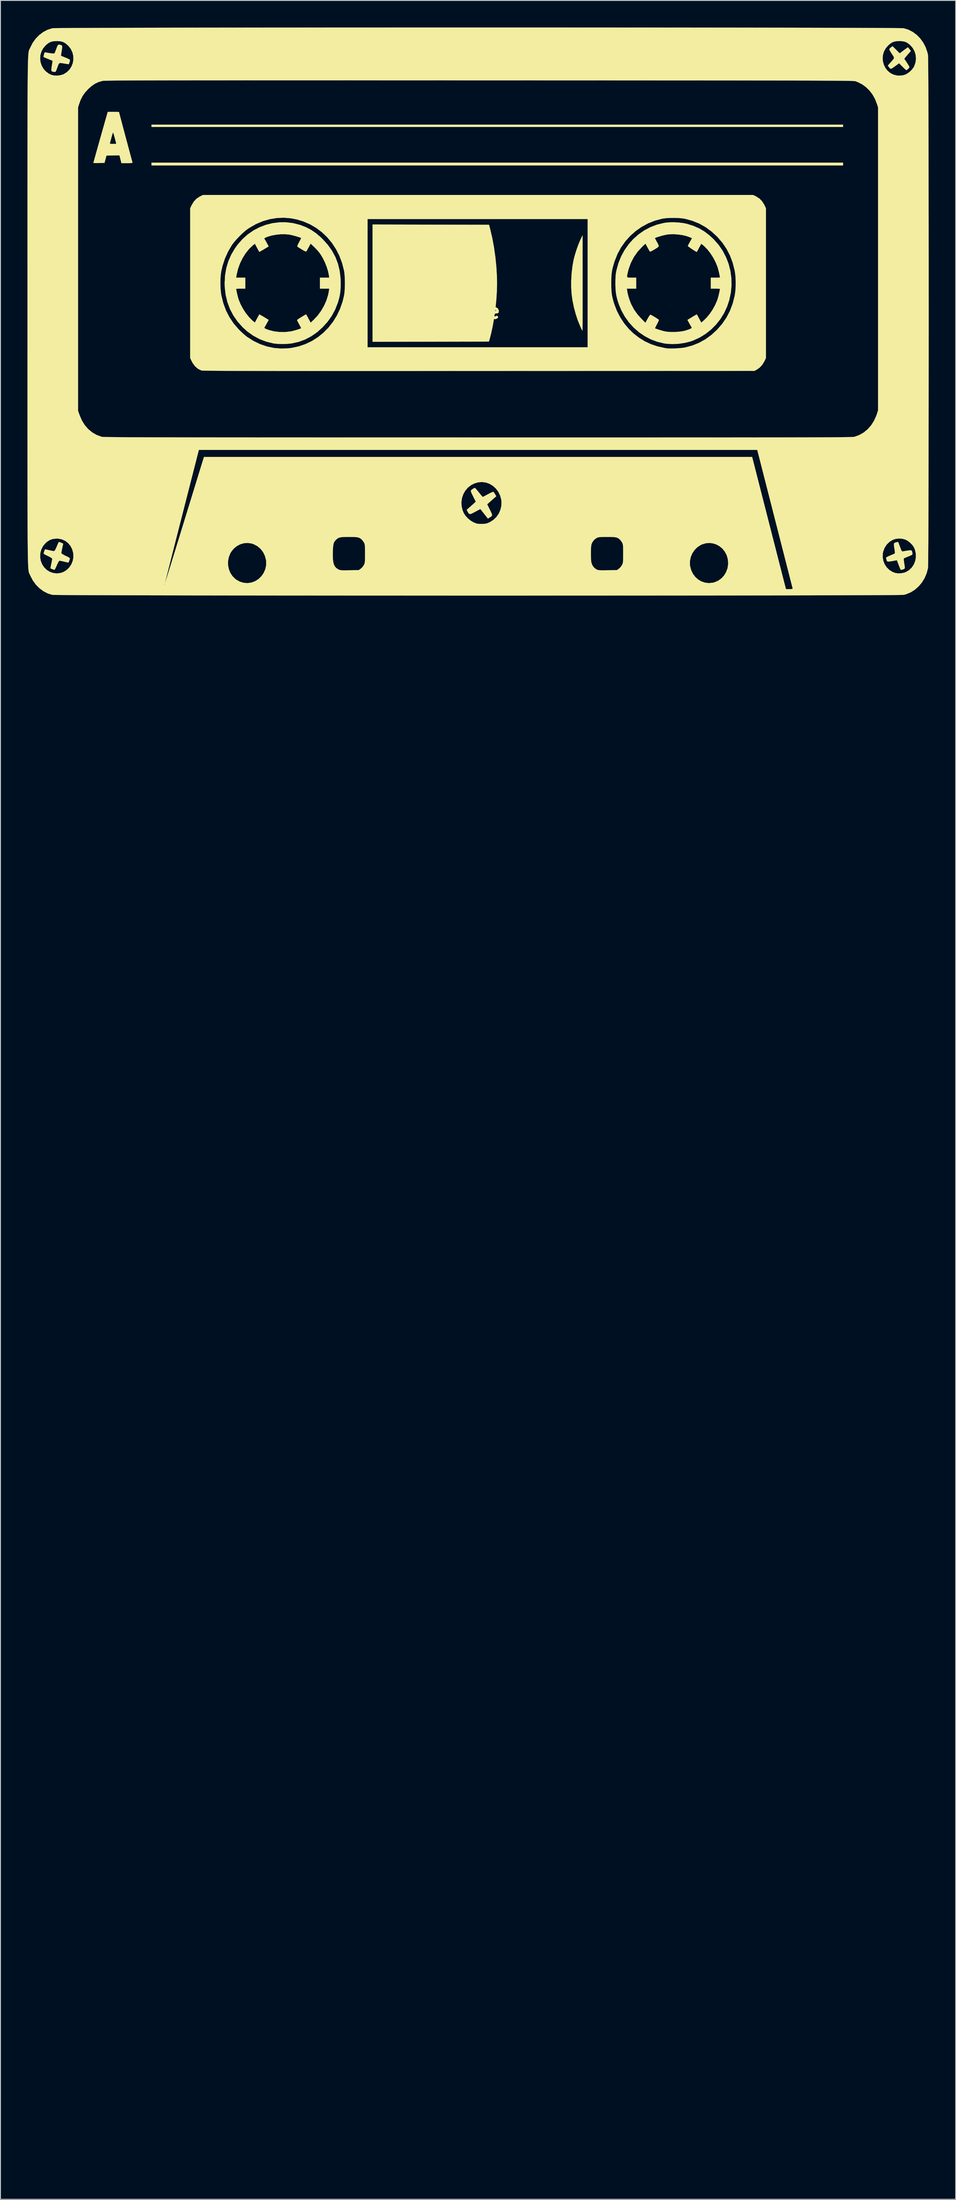
<source format=kicad_pcb>
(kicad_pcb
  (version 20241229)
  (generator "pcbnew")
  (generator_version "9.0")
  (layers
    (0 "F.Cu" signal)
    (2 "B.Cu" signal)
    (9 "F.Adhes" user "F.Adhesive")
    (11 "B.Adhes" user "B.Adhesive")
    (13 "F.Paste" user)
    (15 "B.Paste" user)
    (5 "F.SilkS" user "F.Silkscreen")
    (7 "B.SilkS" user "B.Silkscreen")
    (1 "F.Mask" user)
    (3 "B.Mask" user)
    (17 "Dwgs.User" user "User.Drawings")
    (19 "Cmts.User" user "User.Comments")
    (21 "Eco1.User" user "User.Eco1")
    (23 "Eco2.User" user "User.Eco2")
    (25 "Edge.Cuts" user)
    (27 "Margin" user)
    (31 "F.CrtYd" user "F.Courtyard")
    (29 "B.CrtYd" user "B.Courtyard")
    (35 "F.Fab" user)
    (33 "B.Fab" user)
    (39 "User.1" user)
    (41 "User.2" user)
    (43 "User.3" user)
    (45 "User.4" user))
  (footprint "tape"
    (layer "F.Cu")
    (at 50.873 238.102)
    (property "Reference" "tape" (at -0.78 -206.53 0) (layer "F.SilkS") (effects (font (size 1.524 1.524) (thickness 0.3))))
    (attr through_hole)
    (fp_poly (pts (xy 39.84 -227.043) (xy -37.073 -227.043) (xy -37.073 -227.298) (xy 39.84 -227.298) (xy 39.84 -227.043)) (stroke (width 0.01) (type solid)) (fill yes) (layer "F.SilkS"))
    (fp_poly (pts (xy 39.84 -222.768) (xy -37.073 -222.768) (xy -37.073 -223.073) (xy 39.84 -223.073) (xy 39.84 -222.768)) (stroke (width 0.01) (type solid)) (fill yes) (layer "F.SilkS"))
    (fp_poly (pts (xy -6.01 -216.189) (xy 0.467 -216.176) (xy 0.582 -215.743) (xy 0.818 -214.743) (xy 1.016 -213.678) (xy 1.172 -212.575) (xy 1.284 -211.467) (xy 1.346 -210.382) (xy 1.358 -209.686) (xy 1.336 -208.76) (xy 1.274 -207.791) (xy 1.173 -206.807) (xy 1.038 -205.832) (xy 0.873 -204.893) (xy 0.679 -204.015) (xy 0.579 -203.629) (xy 0.46 -203.196) (xy -6.014 -203.183) (xy -12.487 -203.17) (xy -12.487 -216.202) (xy -6.01 -216.189)) (stroke (width 0.01) (type solid)) (fill yes) (layer "F.SilkS"))
    (fp_poly (pts (xy 10.872 -209.699) (xy 10.873 -208.973) (xy 10.873 -208.277) (xy 10.872 -207.616) (xy 10.872 -206.999) (xy 10.871 -206.43) (xy 10.87 -205.918) (xy 10.868 -205.468) (xy 10.867 -205.088) (xy 10.865 -204.783) (xy 10.863 -204.562) (xy 10.861 -204.429) (xy 10.858 -204.392) (xy 10.831 -204.435) (xy 10.771 -204.551) (xy 10.689 -204.72) (xy 10.627 -204.851) (xy 10.357 -205.503) (xy 10.116 -206.223) (xy 9.912 -206.981) (xy 9.754 -207.745) (xy 9.658 -208.424) (xy 9.607 -209.169) (xy 9.606 -209.967) (xy 9.654 -210.784) (xy 9.748 -211.585) (xy 9.864 -212.229) (xy 9.958 -212.612) (xy 10.082 -213.043) (xy 10.228 -213.49) (xy 10.383 -213.923) (xy 10.538 -214.31) (xy 10.645 -214.547) (xy 10.868 -215.005) (xy 10.872 -209.699)) (stroke (width 0.01) (type solid)) (fill yes) (layer "F.SilkS"))
    (fp_poly (pts (xy 45.743 -235.622) (xy 46.142 -235.225) (xy 46.439 -235.451) (xy 46.614 -235.582) (xy 46.78 -235.705) (xy 46.898 -235.789) (xy 47.059 -235.901) (xy 47.383 -235.491) (xy 47.137 -235.209) (xy 46.994 -235.044) (xy 46.86 -234.888) (xy 46.768 -234.776) (xy 46.646 -234.626) (xy 46.933 -234.195) (xy 47.054 -234.006) (xy 47.15 -233.844) (xy 47.208 -233.73) (xy 47.22 -233.691) (xy 47.184 -233.62) (xy 47.098 -233.521) (xy 46.993 -233.425) (xy 46.901 -233.364) (xy 46.872 -233.355) (xy 46.824 -233.389) (xy 46.721 -233.481) (xy 46.58 -233.615) (xy 46.455 -233.738) (xy 46.072 -234.121) (xy 45.619 -233.791) (xy 45.411 -233.641) (xy 45.265 -233.55) (xy 45.163 -233.514) (xy 45.084 -233.533) (xy 45.009 -233.605) (xy 44.923 -233.721) (xy 44.819 -233.868) (xy 45.116 -234.201) (xy 45.298 -234.404) (xy 45.421 -234.55) (xy 45.487 -234.66) (xy 45.5 -234.756) (xy 45.464 -234.86) (xy 45.381 -234.994) (xy 45.268 -235.163) (xy 45.147 -235.352) (xy 45.051 -235.514) (xy 44.993 -235.629) (xy 44.981 -235.668) (xy 45.018 -235.742) (xy 45.113 -235.841) (xy 45.162 -235.881) (xy 45.343 -236.019) (xy 45.743 -235.622)) (stroke (width 0.01) (type solid)) (fill yes) (layer "F.SilkS"))
    (fp_poly (pts (xy -1.055 -186.895) (xy -0.961 -186.792) (xy -0.831 -186.638) (xy -0.678 -186.45) (xy -0.657 -186.422) (xy -0.503 -186.232) (xy -0.371 -186.076) (xy -0.274 -185.969) (xy -0.225 -185.926) (xy -0.223 -185.926) (xy -0.168 -185.955) (xy -0.043 -186.022) (xy 0.135 -186.117) (xy 0.347 -186.232) (xy 0.354 -186.236) (xy 0.568 -186.347) (xy 0.752 -186.434) (xy 0.885 -186.488) (xy 0.949 -186.501) (xy 0.95 -186.5) (xy 1.003 -186.441) (xy 1.083 -186.324) (xy 1.137 -186.237) (xy 1.273 -186.005) (xy 0.972 -185.743) (xy 0.792 -185.586) (xy 0.61 -185.424) (xy 0.467 -185.294) (xy 0.263 -185.107) (xy 0.559 -184.512) (xy 0.686 -184.254) (xy 0.766 -184.068) (xy 0.8 -183.937) (xy 0.785 -183.841) (xy 0.721 -183.763) (xy 0.606 -183.684) (xy 0.509 -183.626) (xy 0.337 -183.524) (xy -0.08 -184.055) (xy -0.498 -184.586) (xy -1.075 -184.278) (xy -1.328 -184.145) (xy -1.509 -184.06) (xy -1.636 -184.025) (xy -1.728 -184.041) (xy -1.801 -184.107) (xy -1.875 -184.224) (xy -1.923 -184.312) (xy -2.022 -184.498) (xy -1.719 -184.761) (xy -1.539 -184.919) (xy -1.357 -185.081) (xy -1.213 -185.211) (xy -1.213 -185.212) (xy -1.009 -185.399) (xy -1.304 -185.994) (xy -1.424 -186.237) (xy -1.503 -186.406) (xy -1.546 -186.518) (xy -1.559 -186.591) (xy -1.545 -186.641) (xy -1.511 -186.686) (xy -1.508 -186.689) (xy -1.403 -186.78) (xy -1.27 -186.866) (xy -1.148 -186.923) (xy -1.101 -186.933) (xy -1.055 -186.895)) (stroke (width 0.01) (type solid)) (fill yes) (layer "F.SilkS"))
    (fp_poly (pts (xy -47.233 -236.175) (xy -47.159 -236.15) (xy -47.081 -236.118) (xy -47.031 -236.076) (xy -47.007 -236.005) (xy -47.007 -235.889) (xy -47.028 -235.709) (xy -47.068 -235.448) (xy -47.073 -235.419) (xy -47.105 -235.217) (xy -47.127 -235.059) (xy -47.137 -234.967) (xy -47.137 -234.953) (xy -47.088 -234.931) (xy -46.965 -234.88) (xy -46.79 -234.808) (xy -46.655 -234.754) (xy -46.452 -234.67) (xy -46.286 -234.594) (xy -46.18 -234.537) (xy -46.153 -234.516) (xy -46.146 -234.44) (xy -46.167 -234.315) (xy -46.207 -234.178) (xy -46.254 -234.067) (xy -46.297 -234.017) (xy -46.299 -234.017) (xy -46.369 -234.025) (xy -46.514 -234.047) (xy -46.71 -234.079) (xy -46.833 -234.099) (xy -47.048 -234.137) (xy -47.196 -234.154) (xy -47.297 -234.139) (xy -47.369 -234.077) (xy -47.432 -233.956) (xy -47.504 -233.762) (xy -47.563 -233.597) (xy -47.641 -233.387) (xy -47.699 -233.256) (xy -47.749 -233.186) (xy -47.803 -233.158) (xy -47.858 -233.155) (xy -48.01 -233.176) (xy -48.106 -233.204) (xy -48.165 -233.236) (xy -48.201 -233.287) (xy -48.214 -233.373) (xy -48.207 -233.511) (xy -48.179 -233.72) (xy -48.144 -233.937) (xy -48.113 -234.138) (xy -48.09 -234.295) (xy -48.081 -234.386) (xy -48.081 -234.399) (xy -48.13 -234.42) (xy -48.253 -234.47) (xy -48.43 -234.543) (xy -48.577 -234.602) (xy -48.78 -234.686) (xy -48.945 -234.754) (xy -49.051 -234.799) (xy -49.079 -234.813) (xy -49.078 -234.865) (xy -49.057 -234.985) (xy -49.034 -235.088) (xy -48.994 -235.24) (xy -48.954 -235.314) (xy -48.898 -235.333) (xy -48.838 -235.325) (xy -48.527 -235.269) (xy -48.259 -235.23) (xy -48.05 -235.208) (xy -47.914 -235.206) (xy -47.869 -235.218) (xy -47.835 -235.283) (xy -47.777 -235.421) (xy -47.704 -235.609) (xy -47.657 -235.735) (xy -47.571 -235.963) (xy -47.501 -236.107) (xy -47.432 -236.182) (xy -47.348 -236.2) (xy -47.233 -236.175)) (stroke (width 0.01) (type solid)) (fill yes) (layer "F.SilkS"))
    (fp_poly (pts (xy -41.074 -228.722) (xy -40.877 -228.717) (xy -40.742 -228.71) (xy -40.687 -228.702) (xy -40.687 -228.701) (xy -40.674 -228.649) (xy -40.638 -228.51) (xy -40.581 -228.293) (xy -40.506 -228.011) (xy -40.416 -227.673) (xy -40.314 -227.29) (xy -40.203 -226.873) (xy -40.086 -226.432) (xy -39.965 -225.979) (xy -39.843 -225.524) (xy -39.723 -225.077) (xy -39.609 -224.65) (xy -39.502 -224.253) (xy -39.406 -223.897) (xy -39.324 -223.592) (xy -39.258 -223.349) (xy -39.212 -223.18) (xy -39.188 -223.093) (xy -39.186 -223.086) (xy -39.2 -223.058) (xy -39.275 -223.039) (xy -39.421 -223.028) (xy -39.652 -223.023) (xy -39.792 -223.022) (xy -40.42 -223.022) (xy -40.48 -223.264) (xy -40.529 -223.458) (xy -40.577 -223.648) (xy -40.59 -223.698) (xy -40.641 -223.89) (xy -41.361 -223.876) (xy -42.081 -223.862) (xy -42.19 -223.455) (xy -42.3 -223.048) (xy -42.919 -223.033) (xy -43.156 -223.03) (xy -43.351 -223.031) (xy -43.485 -223.037) (xy -43.537 -223.046) (xy -43.538 -223.047) (xy -43.524 -223.102) (xy -43.486 -223.244) (xy -43.426 -223.464) (xy -43.346 -223.75) (xy -43.251 -224.092) (xy -43.142 -224.481) (xy -43.023 -224.905) (xy -42.936 -225.216) (xy -41.697 -225.216) (xy -41.676 -225.181) (xy -41.603 -225.165) (xy -41.458 -225.16) (xy -41.349 -225.16) (xy -41.159 -225.163) (xy -41.051 -225.174) (xy -41.006 -225.199) (xy -41.004 -225.243) (xy -41.006 -225.249) (xy -41.028 -225.333) (xy -41.071 -225.491) (xy -41.126 -225.699) (xy -41.176 -225.885) (xy -41.237 -226.104) (xy -41.29 -226.282) (xy -41.33 -226.397) (xy -41.35 -226.433) (xy -41.374 -226.384) (xy -41.42 -226.245) (xy -41.486 -226.021) (xy -41.569 -225.721) (xy -41.667 -225.352) (xy -41.687 -225.275) (xy -41.697 -225.216) (xy -42.936 -225.216) (xy -42.897 -225.354) (xy -42.766 -225.817) (xy -42.634 -226.285) (xy -42.503 -226.747) (xy -42.376 -227.192) (xy -42.285 -227.514) (xy -41.939 -228.723) (xy -41.313 -228.723) (xy -41.074 -228.722)) (stroke (width 0.01) (type solid)) (fill yes) (layer "F.SilkS"))
    (fp_poly (pts (xy -47.312 -180.909) (xy -47.193 -180.868) (xy -47.061 -180.815) (xy -46.952 -180.766) (xy -46.899 -180.733) (xy -46.898 -180.731) (xy -46.909 -180.669) (xy -46.937 -180.533) (xy -46.977 -180.345) (xy -47 -180.242) (xy -47.045 -180.03) (xy -47.079 -179.848) (xy -47.098 -179.726) (xy -47.101 -179.698) (xy -47.063 -179.635) (xy -46.945 -179.551) (xy -46.74 -179.44) (xy -46.613 -179.379) (xy -46.396 -179.274) (xy -46.257 -179.198) (xy -46.181 -179.142) (xy -46.152 -179.092) (xy -46.157 -179.037) (xy -46.158 -179.032) (xy -46.216 -178.853) (xy -46.273 -178.714) (xy -46.319 -178.642) (xy -46.331 -178.636) (xy -46.392 -178.647) (xy -46.526 -178.677) (xy -46.71 -178.72) (xy -46.786 -178.738) (xy -46.99 -178.785) (xy -47.164 -178.82) (xy -47.277 -178.838) (xy -47.296 -178.839) (xy -47.355 -178.804) (xy -47.431 -178.692) (xy -47.53 -178.496) (xy -47.605 -178.33) (xy -47.697 -178.125) (xy -47.776 -177.96) (xy -47.834 -177.854) (xy -47.858 -177.825) (xy -47.922 -177.843) (xy -48.043 -177.885) (xy -48.089 -177.902) (xy -48.218 -177.951) (xy -48.297 -177.987) (xy -48.307 -177.993) (xy -48.305 -178.047) (xy -48.283 -178.178) (xy -48.247 -178.362) (xy -48.222 -178.476) (xy -48.176 -178.691) (xy -48.141 -178.878) (xy -48.121 -179.007) (xy -48.119 -179.039) (xy -48.143 -179.098) (xy -48.224 -179.167) (xy -48.375 -179.255) (xy -48.606 -179.369) (xy -48.823 -179.474) (xy -48.962 -179.549) (xy -49.039 -179.606) (xy -49.067 -179.656) (xy -49.062 -179.711) (xy -49.061 -179.716) (xy -49.015 -179.861) (xy -48.964 -179.996) (xy -48.922 -180.089) (xy -48.903 -180.112) (xy -48.85 -180.101) (xy -48.72 -180.072) (xy -48.539 -180.031) (xy -48.45 -180.01) (xy -48.241 -179.964) (xy -48.063 -179.929) (xy -47.944 -179.91) (xy -47.921 -179.908) (xy -47.865 -179.937) (xy -47.797 -180.029) (xy -47.71 -180.197) (xy -47.612 -180.417) (xy -47.523 -180.623) (xy -47.45 -180.789) (xy -47.401 -180.896) (xy -47.384 -180.926) (xy -47.312 -180.909)) (stroke (width 0.01) (type solid)) (fill yes) (layer "F.SilkS"))
    (fp_poly (pts (xy 45.966 -180.921) (xy 45.989 -180.868) (xy 46.039 -180.74) (xy 46.109 -180.556) (xy 46.176 -180.376) (xy 46.264 -180.144) (xy 46.328 -179.994) (xy 46.378 -179.909) (xy 46.424 -179.875) (xy 46.474 -179.875) (xy 46.477 -179.876) (xy 46.576 -179.895) (xy 46.744 -179.924) (xy 46.949 -179.956) (xy 47.008 -179.965) (xy 47.231 -179.996) (xy 47.375 -180.001) (xy 47.461 -179.969) (xy 47.51 -179.892) (xy 47.542 -179.759) (xy 47.551 -179.713) (xy 47.565 -179.625) (xy 47.559 -179.56) (xy 47.517 -179.506) (xy 47.425 -179.45) (xy 47.267 -179.381) (xy 47.042 -179.291) (xy 46.853 -179.214) (xy 46.702 -179.149) (xy 46.612 -179.106) (xy 46.599 -179.098) (xy 46.59 -179.037) (xy 46.598 -178.901) (xy 46.621 -178.713) (xy 46.637 -178.61) (xy 46.679 -178.341) (xy 46.703 -178.156) (xy 46.704 -178.036) (xy 46.679 -177.963) (xy 46.627 -177.92) (xy 46.543 -177.889) (xy 46.515 -177.88) (xy 46.379 -177.843) (xy 46.286 -177.823) (xy 46.273 -177.822) (xy 46.238 -177.867) (xy 46.179 -177.988) (xy 46.104 -178.168) (xy 46.032 -178.356) (xy 45.953 -178.569) (xy 45.888 -178.742) (xy 45.844 -178.855) (xy 45.828 -178.89) (xy 45.778 -178.882) (xy 45.651 -178.86) (xy 45.471 -178.829) (xy 45.388 -178.814) (xy 45.123 -178.769) (xy 44.941 -178.745) (xy 44.823 -178.745) (xy 44.752 -178.772) (xy 44.71 -178.83) (xy 44.68 -178.92) (xy 44.678 -178.928) (xy 44.643 -179.066) (xy 44.625 -179.164) (xy 44.625 -179.176) (xy 44.669 -179.218) (xy 44.788 -179.286) (xy 44.961 -179.369) (xy 45.095 -179.427) (xy 45.298 -179.511) (xy 45.464 -179.584) (xy 45.572 -179.634) (xy 45.6 -179.65) (xy 45.608 -179.71) (xy 45.599 -179.846) (xy 45.576 -180.031) (xy 45.563 -180.112) (xy 45.519 -180.387) (xy 45.495 -180.579) (xy 45.496 -180.705) (xy 45.524 -180.783) (xy 45.583 -180.83) (xy 45.677 -180.864) (xy 45.72 -180.876) (xy 45.859 -180.91) (xy 45.949 -180.924) (xy 45.966 -180.921)) (stroke (width 0.01) (type solid)) (fill yes) (layer "F.SilkS"))
    (fp_poly (pts (xy -21.331 -216.356) (xy -20.574 -216.165) (xy -20.543 -216.155) (xy -19.913 -215.913) (xy -19.335 -215.614) (xy -18.789 -215.244) (xy -18.256 -214.792) (xy -18.01 -214.552) (xy -17.449 -213.925) (xy -16.985 -213.266) (xy -16.614 -212.573) (xy -16.336 -211.841) (xy -16.148 -211.066) (xy -16.048 -210.243) (xy -16.03 -209.686) (xy -16.039 -209.19) (xy -16.069 -208.763) (xy -16.125 -208.371) (xy -16.212 -207.983) (xy -16.334 -207.566) (xy -16.357 -207.493) (xy -16.651 -206.744) (xy -17.026 -206.048) (xy -17.489 -205.397) (xy -18.031 -204.795) (xy -18.643 -204.246) (xy -19.287 -203.794) (xy -19.965 -203.435) (xy -20.682 -203.17) (xy -21.44 -202.996) (xy -21.463 -202.992) (xy -21.826 -202.95) (xy -22.242 -202.927) (xy -22.675 -202.925) (xy -23.09 -202.943) (xy -23.45 -202.981) (xy -23.537 -202.995) (xy -24.318 -203.187) (xy -25.061 -203.473) (xy -25.762 -203.851) (xy -26.418 -204.319) (xy -26.946 -204.796) (xy -27.502 -205.422) (xy -27.969 -206.095) (xy -28.346 -206.815) (xy -28.631 -207.577) (xy -28.824 -208.379) (xy -28.923 -209.218) (xy -28.937 -209.711) (xy -28.904 -210.297) (xy -27.657 -210.297) (xy -26.638 -210.297) (xy -26.638 -209.075) (xy -27.147 -209.075) (xy -27.361 -209.073) (xy -27.53 -209.068) (xy -27.634 -209.061) (xy -27.656 -209.055) (xy -27.644 -208.949) (xy -27.61 -208.773) (xy -27.562 -208.553) (xy -27.506 -208.318) (xy -27.448 -208.095) (xy -27.395 -207.911) (xy -27.38 -207.864) (xy -27.178 -207.368) (xy -26.914 -206.867) (xy -26.605 -206.387) (xy -26.266 -205.954) (xy -25.915 -205.591) (xy -25.842 -205.527) (xy -25.58 -205.305) (xy -25.34 -205.752) (xy -25.237 -205.942) (xy -25.153 -206.095) (xy -25.1 -206.191) (xy -25.086 -206.214) (xy -25.041 -206.194) (xy -24.926 -206.132) (xy -24.759 -206.036) (xy -24.557 -205.916) (xy -24.041 -205.603) (xy -24.253 -205.214) (xy -24.355 -205.03) (xy -24.442 -204.878) (xy -24.5 -204.781) (xy -24.512 -204.764) (xy -24.512 -204.706) (xy -24.425 -204.638) (xy -24.247 -204.557) (xy -23.999 -204.47) (xy -23.444 -204.331) (xy -22.843 -204.258) (xy -22.23 -204.251) (xy -21.639 -204.315) (xy -21.635 -204.315) (xy -21.447 -204.354) (xy -21.223 -204.41) (xy -20.989 -204.476) (xy -20.768 -204.543) (xy -20.586 -204.606) (xy -20.466 -204.656) (xy -20.436 -204.674) (xy -20.451 -204.723) (xy -20.506 -204.84) (xy -20.592 -205.005) (xy -20.652 -205.119) (xy -20.753 -205.306) (xy -20.832 -205.459) (xy -20.878 -205.557) (xy -20.886 -205.579) (xy -20.845 -205.623) (xy -20.729 -205.707) (xy -20.556 -205.821) (xy -20.338 -205.957) (xy -20.115 -206.09) (xy -19.878 -206.229) (xy -19.626 -205.764) (xy -19.373 -205.298) (xy -19.027 -205.622) (xy -18.597 -206.08) (xy -18.211 -206.606) (xy -17.88 -207.179) (xy -17.615 -207.778) (xy -17.427 -208.381) (xy -17.344 -208.82) (xy -17.31 -209.075) (xy -18.341 -209.075) (xy -18.341 -210.297) (xy -17.31 -210.297) (xy -17.344 -210.552) (xy -17.434 -211.001) (xy -17.585 -211.49) (xy -17.784 -211.989) (xy -18.018 -212.466) (xy -18.275 -212.892) (xy -18.388 -213.05) (xy -18.548 -213.245) (xy -18.748 -213.467) (xy -18.952 -213.676) (xy -19.008 -213.731) (xy -19.374 -214.075) (xy -19.592 -213.675) (xy -19.695 -213.489) (xy -19.782 -213.333) (xy -19.84 -213.233) (xy -19.852 -213.213) (xy -19.901 -213.2) (xy -20.007 -213.237) (xy -20.179 -213.327) (xy -20.345 -213.425) (xy -20.538 -213.544) (xy -20.701 -213.648) (xy -20.812 -213.722) (xy -20.847 -213.75) (xy -20.851 -213.821) (xy -20.797 -213.97) (xy -20.682 -214.198) (xy -20.663 -214.233) (xy -20.563 -214.421) (xy -20.483 -214.573) (xy -20.436 -214.67) (xy -20.428 -214.692) (xy -20.474 -214.724) (xy -20.599 -214.773) (xy -20.781 -214.833) (xy -21 -214.899) (xy -21.235 -214.964) (xy -21.466 -215.022) (xy -21.672 -215.067) (xy -21.767 -215.084) (xy -22.22 -215.126) (xy -22.718 -215.119) (xy -23.227 -215.068) (xy -23.718 -214.976) (xy -24.158 -214.847) (xy -24.33 -214.778) (xy -24.471 -214.706) (xy -24.524 -214.649) (xy -24.514 -214.611) (xy -24.469 -214.539) (xy -24.389 -214.402) (xy -24.29 -214.226) (xy -24.253 -214.158) (xy -24.041 -213.768) (xy -24.559 -213.458) (xy -24.761 -213.338) (xy -24.928 -213.242) (xy -25.042 -213.18) (xy -25.087 -213.16) (xy -25.087 -213.16) (xy -25.113 -213.207) (xy -25.177 -213.324) (xy -25.268 -213.492) (xy -25.337 -213.619) (xy -25.578 -214.065) (xy -25.765 -213.916) (xy -26.199 -213.509) (xy -26.595 -213.022) (xy -26.943 -212.47) (xy -27.235 -211.872) (xy -27.46 -211.242) (xy -27.61 -210.599) (xy -27.624 -210.513) (xy -27.657 -210.297) (xy -28.904 -210.297) (xy -28.89 -210.562) (xy -28.751 -211.369) (xy -28.521 -212.137) (xy -28.195 -212.872) (xy -27.774 -213.578) (xy -27.477 -213.988) (xy -26.954 -214.583) (xy -26.371 -215.101) (xy -25.737 -215.54) (xy -25.061 -215.896) (xy -24.351 -216.168) (xy -23.614 -216.353) (xy -22.86 -216.447) (xy -22.096 -216.449) (xy -21.331 -216.356)) (stroke (width 0.01) (type solid)) (fill yes) (layer "F.SilkS"))
    (fp_poly (pts (xy 30.176 -219.319) (xy 30.539 -219.088) (xy 30.837 -218.783) (xy 31.078 -218.397) (xy 31.102 -218.348) (xy 31.263 -218.008) (xy 31.263 -201.363) (xy 31.102 -201.023) (xy 30.864 -200.625) (xy 30.567 -200.303) (xy 30.259 -200.087) (xy 29.99 -199.938) (xy -0.678 -199.928) (xy -2.852 -199.927) (xy -4.926 -199.926) (xy -6.902 -199.926) (xy -8.783 -199.925) (xy -10.571 -199.925) (xy -12.268 -199.925) (xy -13.876 -199.925) (xy -15.397 -199.925) (xy -16.834 -199.925) (xy -18.188 -199.926) (xy -19.462 -199.926) (xy -20.657 -199.927) (xy -21.777 -199.927) (xy -22.823 -199.928) (xy -23.797 -199.93) (xy -24.701 -199.931) (xy -25.538 -199.932) (xy -26.31 -199.934) (xy -27.018 -199.935) (xy -27.666 -199.937) (xy -28.255 -199.939) (xy -28.787 -199.942) (xy -29.265 -199.944) (xy -29.69 -199.947) (xy -30.065 -199.95) (xy -30.392 -199.953) (xy -30.673 -199.956) (xy -30.91 -199.959) (xy -31.105 -199.963) (xy -31.261 -199.967) (xy -31.38 -199.971) (xy -31.463 -199.975) (xy -31.514 -199.98) (xy -31.531 -199.983) (xy -31.905 -200.169) (xy -32.225 -200.442) (xy -32.492 -200.8) (xy -32.612 -201.026) (xy -32.772 -201.363) (xy -32.772 -209.592) (xy -29.411 -209.592) (xy -29.392 -209.08) (xy -29.347 -208.604) (xy -29.296 -208.285) (xy -29.079 -207.427) (xy -28.78 -206.627) (xy -28.396 -205.883) (xy -27.927 -205.189) (xy -27.369 -204.543) (xy -27.348 -204.522) (xy -27.123 -204.3) (xy -26.88 -204.076) (xy -26.648 -203.875) (xy -26.454 -203.722) (xy -26.445 -203.716) (xy -25.735 -203.264) (xy -24.992 -202.907) (xy -24.223 -202.645) (xy -23.432 -202.481) (xy -22.626 -202.415) (xy -21.809 -202.449) (xy -21.505 -202.487) (xy -20.706 -202.656) (xy -19.943 -202.916) (xy -19.223 -203.262) (xy -18.551 -203.69) (xy -17.932 -204.194) (xy -17.371 -204.768) (xy -16.873 -205.408) (xy -16.443 -206.109) (xy -16.087 -206.865) (xy -15.81 -207.672) (xy -15.661 -208.288) (xy -15.614 -208.6) (xy -15.583 -208.985) (xy -15.567 -209.415) (xy -15.565 -209.862) (xy -15.578 -210.297) (xy -15.606 -210.694) (xy -15.649 -211.024) (xy -15.661 -211.084) (xy -15.879 -211.931) (xy -16.179 -212.73) (xy -16.558 -213.475) (xy -17.009 -214.161) (xy -17.528 -214.784) (xy -18.11 -215.339) (xy -18.751 -215.821) (xy -19.444 -216.225) (xy -20.187 -216.547) (xy -20.972 -216.781) (xy -21.134 -216.812) (xy -13.047 -216.812) (xy -13.047 -202.56) (xy 11.436 -202.56) (xy 11.436 -209.686) (xy 14.06 -209.686) (xy 14.064 -209.239) (xy 14.079 -208.867) (xy 14.109 -208.543) (xy 14.157 -208.238) (xy 14.229 -207.927) (xy 14.327 -207.581) (xy 14.4 -207.345) (xy 14.687 -206.599) (xy 15.058 -205.882) (xy 15.503 -205.209) (xy 16.011 -204.597) (xy 16.524 -204.103) (xy 17.148 -203.619) (xy 17.795 -203.22) (xy 18.48 -202.901) (xy 19.216 -202.656) (xy 20.016 -202.479) (xy 20.268 -202.438) (xy 20.441 -202.425) (xy 20.689 -202.422) (xy 20.986 -202.428) (xy 21.308 -202.441) (xy 21.627 -202.461) (xy 21.918 -202.487) (xy 22.156 -202.516) (xy 22.253 -202.533) (xy 23.063 -202.751) (xy 23.824 -203.057) (xy 24.539 -203.453) (xy 25.209 -203.941) (xy 25.832 -204.515) (xy 26.395 -205.163) (xy 26.869 -205.855) (xy 27.256 -206.596) (xy 27.559 -207.391) (xy 27.779 -208.244) (xy 27.787 -208.285) (xy 27.861 -208.785) (xy 27.899 -209.344) (xy 27.902 -209.925) (xy 27.87 -210.491) (xy 27.803 -211.004) (xy 27.787 -211.087) (xy 27.57 -211.945) (xy 27.271 -212.745) (xy 26.887 -213.489) (xy 26.418 -214.182) (xy 25.86 -214.829) (xy 25.839 -214.85) (xy 25.214 -215.427) (xy 24.552 -215.911) (xy 23.846 -216.305) (xy 23.09 -216.611) (xy 22.28 -216.834) (xy 22.228 -216.845) (xy 21.907 -216.894) (xy 21.517 -216.926) (xy 21.087 -216.939) (xy 20.649 -216.935) (xy 20.233 -216.913) (xy 19.869 -216.873) (xy 19.723 -216.848) (xy 18.922 -216.636) (xy 18.16 -216.333) (xy 17.443 -215.946) (xy 16.777 -215.479) (xy 16.169 -214.939) (xy 15.625 -214.332) (xy 15.152 -213.663) (xy 14.757 -212.938) (xy 14.446 -212.164) (xy 14.418 -212.079) (xy 14.297 -211.688) (xy 14.206 -211.352) (xy 14.141 -211.045) (xy 14.098 -210.737) (xy 14.073 -210.403) (xy 14.062 -210.014) (xy 14.06 -209.686) (xy 11.436 -209.686) (xy 11.436 -216.812) (xy -13.047 -216.812) (xy -21.134 -216.812) (xy -21.552 -216.892) (xy -22.344 -216.958) (xy -23.138 -216.926) (xy -23.926 -216.796) (xy -24.698 -216.573) (xy -25.445 -216.257) (xy -26.159 -215.852) (xy -26.445 -215.656) (xy -26.716 -215.441) (xy -27.02 -215.167) (xy -27.334 -214.857) (xy -27.637 -214.534) (xy -27.906 -214.221) (xy -28.117 -213.942) (xy -28.14 -213.909) (xy -28.556 -213.202) (xy -28.902 -212.435) (xy -29.17 -211.631) (xy -29.314 -211.009) (xy -29.373 -210.591) (xy -29.405 -210.107) (xy -29.411 -209.592) (xy -32.772 -209.592) (xy -32.772 -218.008) (xy -32.611 -218.348) (xy -32.376 -218.744) (xy -32.084 -219.058) (xy -31.729 -219.297) (xy -31.685 -219.319) (xy -31.349 -219.485) (xy 29.84 -219.485) (xy 30.176 -219.319)) (stroke (width 0.01) (type solid)) (fill yes) (layer "F.SilkS"))
    (fp_poly (pts (xy 21.574 -216.422) (xy 22.061 -216.362) (xy 22.47 -216.279) (xy 23.181 -216.058) (xy 23.826 -215.777) (xy 24.424 -215.424) (xy 24.993 -214.988) (xy 25.462 -214.552) (xy 26.001 -213.94) (xy 26.456 -213.275) (xy 26.827 -212.565) (xy 27.113 -211.818) (xy 27.31 -211.043) (xy 27.418 -210.248) (xy 27.435 -209.44) (xy 27.359 -208.629) (xy 27.189 -207.822) (xy 26.954 -207.108) (xy 26.622 -206.383) (xy 26.207 -205.708) (xy 25.718 -205.088) (xy 25.162 -204.531) (xy 24.548 -204.045) (xy 23.884 -203.637) (xy 23.177 -203.316) (xy 22.847 -203.201) (xy 22.215 -203.043) (xy 21.542 -202.947) (xy 20.861 -202.916) (xy 20.206 -202.953) (xy 19.937 -202.991) (xy 19.185 -203.17) (xy 18.463 -203.44) (xy 17.78 -203.798) (xy 17.142 -204.235) (xy 16.556 -204.747) (xy 16.03 -205.326) (xy 15.57 -205.966) (xy 15.183 -206.662) (xy 14.877 -207.406) (xy 14.845 -207.502) (xy 14.721 -207.912) (xy 14.631 -208.288) (xy 14.571 -208.661) (xy 14.537 -209.062) (xy 14.536 -209.075) (xy 15.801 -209.075) (xy 15.835 -208.82) (xy 15.89 -208.527) (xy 15.98 -208.181) (xy 16.094 -207.821) (xy 16.219 -207.485) (xy 16.297 -207.307) (xy 16.608 -206.731) (xy 16.981 -206.209) (xy 17.402 -205.743) (xy 17.858 -205.287) (xy 18.107 -205.743) (xy 18.223 -205.941) (xy 18.322 -206.089) (xy 18.395 -206.171) (xy 18.422 -206.182) (xy 18.5 -206.147) (xy 18.635 -206.072) (xy 18.804 -205.973) (xy 18.984 -205.863) (xy 19.15 -205.757) (xy 19.28 -205.67) (xy 19.349 -205.616) (xy 19.354 -205.61) (xy 19.344 -205.547) (xy 19.293 -205.418) (xy 19.209 -205.243) (xy 19.147 -205.125) (xy 19.048 -204.939) (xy 18.973 -204.789) (xy 18.931 -204.695) (xy 18.927 -204.674) (xy 19.002 -204.636) (xy 19.151 -204.581) (xy 19.349 -204.515) (xy 19.572 -204.447) (xy 19.794 -204.384) (xy 19.993 -204.335) (xy 20.085 -204.315) (xy 20.416 -204.273) (xy 20.809 -204.257) (xy 21.229 -204.264) (xy 21.641 -204.294) (xy 22.008 -204.346) (xy 22.191 -204.386) (xy 22.507 -204.478) (xy 22.754 -204.565) (xy 22.923 -204.646) (xy 23.006 -204.716) (xy 23.005 -204.761) (xy 22.959 -204.833) (xy 22.88 -204.97) (xy 22.781 -205.146) (xy 22.745 -205.212) (xy 22.534 -205.598) (xy 23.049 -205.914) (xy 23.25 -206.035) (xy 23.417 -206.132) (xy 23.531 -206.195) (xy 23.577 -206.214) (xy 23.605 -206.166) (xy 23.67 -206.048) (xy 23.762 -205.879) (xy 23.831 -205.752) (xy 24.071 -205.305) (xy 24.333 -205.527) (xy 24.684 -205.872) (xy 25.027 -206.292) (xy 25.344 -206.765) (xy 25.618 -207.263) (xy 25.835 -207.762) (xy 25.871 -207.864) (xy 25.921 -208.029) (xy 25.978 -208.243) (xy 26.035 -208.477) (xy 26.087 -208.705) (xy 26.126 -208.898) (xy 26.146 -209.03) (xy 26.147 -209.055) (xy 26.1 -209.064) (xy 25.972 -209.07) (xy 25.786 -209.074) (xy 25.638 -209.075) (xy 25.129 -209.075) (xy 25.129 -210.297) (xy 25.638 -210.297) (xy 25.852 -210.299) (xy 26.021 -210.304) (xy 26.125 -210.311) (xy 26.147 -210.317) (xy 26.135 -210.422) (xy 26.101 -210.597) (xy 26.054 -210.816) (xy 25.998 -211.05) (xy 25.941 -211.271) (xy 25.889 -211.452) (xy 25.874 -211.499) (xy 25.665 -212.014) (xy 25.399 -212.524) (xy 25.088 -213.006) (xy 24.748 -213.439) (xy 24.394 -213.801) (xy 24.259 -213.915) (xy 24.069 -214.065) (xy 23.828 -213.619) (xy 23.725 -213.429) (xy 23.642 -213.277) (xy 23.59 -213.181) (xy 23.577 -213.159) (xy 23.528 -213.172) (xy 23.417 -213.232) (xy 23.264 -213.325) (xy 23.09 -213.437) (xy 22.914 -213.556) (xy 22.756 -213.667) (xy 22.638 -213.758) (xy 22.579 -213.815) (xy 22.575 -213.824) (xy 22.607 -213.894) (xy 22.676 -214.028) (xy 22.771 -214.202) (xy 22.816 -214.283) (xy 23.04 -214.681) (xy 22.813 -214.781) (xy 22.414 -214.923) (xy 21.95 -215.03) (xy 21.451 -215.1) (xy 20.949 -215.128) (xy 20.475 -215.111) (xy 20.258 -215.084) (xy 20.075 -215.049) (xy 19.855 -214.997) (xy 19.62 -214.935) (xy 19.389 -214.869) (xy 19.184 -214.805) (xy 19.025 -214.749) (xy 18.934 -214.707) (xy 18.919 -214.692) (xy 18.942 -214.639) (xy 19.003 -214.516) (xy 19.093 -214.347) (xy 19.155 -214.232) (xy 19.258 -214.044) (xy 19.321 -213.909) (xy 19.336 -213.809) (xy 19.296 -213.724) (xy 19.193 -213.636) (xy 19.019 -213.526) (xy 18.817 -213.405) (xy 18.604 -213.282) (xy 18.461 -213.213) (xy 18.377 -213.193) (xy 18.343 -213.21) (xy 18.301 -213.282) (xy 18.224 -213.419) (xy 18.127 -213.596) (xy 18.083 -213.675) (xy 17.865 -214.075) (xy 17.499 -213.731) (xy 16.993 -213.184) (xy 16.57 -212.58) (xy 16.231 -211.921) (xy 15.98 -211.214) (xy 15.888 -210.841) (xy 15.837 -210.601) (xy 15.816 -210.444) (xy 15.838 -210.353) (xy 15.919 -210.31) (xy 16.071 -210.297) (xy 16.309 -210.297) (xy 16.323 -210.297) (xy 16.832 -210.297) (xy 16.832 -209.075) (xy 15.801 -209.075) (xy 14.536 -209.075) (xy 14.523 -209.521) (xy 14.523 -209.711) (xy 14.527 -210.083) (xy 14.538 -210.381) (xy 14.559 -210.633) (xy 14.591 -210.867) (xy 14.638 -211.111) (xy 14.638 -211.111) (xy 14.856 -211.906) (xy 15.157 -212.656) (xy 15.537 -213.356) (xy 15.989 -214) (xy 16.507 -214.582) (xy 17.085 -215.097) (xy 17.718 -215.539) (xy 18.4 -215.902) (xy 19.125 -216.181) (xy 19.886 -216.369) (xy 20.135 -216.409) (xy 20.572 -216.447) (xy 21.065 -216.451) (xy 21.574 -216.422)) (stroke (width 0.01) (type solid)) (fill yes) (layer "F.SilkS"))
    (fp_poly (pts (xy 1.097 -238.097) (xy 3.001 -238.097) (xy 4.899 -238.097) (xy 6.789 -238.096) (xy 8.668 -238.096) (xy 10.533 -238.095) (xy 12.382 -238.094) (xy 14.212 -238.093) (xy 16.02 -238.092) (xy 17.803 -238.091) (xy 19.559 -238.09) (xy 21.285 -238.089) (xy 22.978 -238.087) (xy 24.635 -238.085) (xy 26.254 -238.084) (xy 27.831 -238.082) (xy 29.365 -238.08) (xy 30.852 -238.077) (xy 32.289 -238.075) (xy 33.675 -238.073) (xy 35.005 -238.07) (xy 36.278 -238.068) (xy 37.49 -238.065) (xy 38.64 -238.062) (xy 39.723 -238.059) (xy 40.738 -238.056) (xy 41.681 -238.052) (xy 42.55 -238.049) (xy 43.343 -238.046) (xy 44.055 -238.042) (xy 44.686 -238.038) (xy 45.231 -238.034) (xy 45.688 -238.03) (xy 46.054 -238.026) (xy 46.328 -238.022) (xy 46.505 -238.018) (xy 46.583 -238.013) (xy 46.584 -238.013) (xy 47.103 -237.854) (xy 47.588 -237.605) (xy 48.032 -237.276) (xy 48.425 -236.876) (xy 48.759 -236.415) (xy 49.026 -235.9) (xy 49.218 -235.343) (xy 49.286 -235.035) (xy 49.292 -234.955) (xy 49.297 -234.776) (xy 49.302 -234.503) (xy 49.306 -234.139) (xy 49.311 -233.687) (xy 49.315 -233.152) (xy 49.319 -232.536) (xy 49.323 -231.843) (xy 49.327 -231.076) (xy 49.33 -230.24) (xy 49.334 -229.338) (xy 49.337 -228.374) (xy 49.34 -227.35) (xy 49.343 -226.271) (xy 49.346 -225.14) (xy 49.348 -223.961) (xy 49.35 -222.737) (xy 49.352 -221.472) (xy 49.354 -220.169) (xy 49.356 -218.832) (xy 49.357 -217.465) (xy 49.359 -216.07) (xy 49.36 -214.653) (xy 49.361 -213.215) (xy 49.362 -211.762) (xy 49.362 -210.296) (xy 49.362 -208.82) (xy 49.363 -207.339) (xy 49.363 -205.857) (xy 49.363 -204.376) (xy 49.362 -202.9) (xy 49.362 -201.432) (xy 49.361 -199.978) (xy 49.36 -198.539) (xy 49.359 -197.119) (xy 49.358 -195.722) (xy 49.356 -194.353) (xy 49.354 -193.013) (xy 49.352 -191.707) (xy 49.35 -190.438) (xy 49.348 -189.21) (xy 49.346 -188.026) (xy 49.343 -186.891) (xy 49.34 -185.807) (xy 49.337 -184.778) (xy 49.334 -183.808) (xy 49.331 -182.9) (xy 49.327 -182.058) (xy 49.324 -181.285) (xy 49.32 -180.585) (xy 49.315 -179.962) (xy 49.311 -179.418) (xy 49.307 -178.959) (xy 49.302 -178.586) (xy 49.297 -178.305) (xy 49.292 -178.118) (xy 49.287 -178.028) (xy 49.286 -178.025) (xy 49.138 -177.45) (xy 48.909 -176.913) (xy 48.61 -176.423) (xy 48.247 -175.99) (xy 47.83 -175.622) (xy 47.366 -175.329) (xy 46.866 -175.121) (xy 46.584 -175.047) (xy 46.512 -175.043) (xy 46.342 -175.039) (xy 46.075 -175.034) (xy 45.714 -175.03) (xy 45.263 -175.027) (xy 44.724 -175.023) (xy 44.099 -175.019) (xy 43.392 -175.016) (xy 42.605 -175.012) (xy 41.741 -175.009) (xy 40.802 -175.006) (xy 39.792 -175.003) (xy 38.713 -175) (xy 37.568 -174.997) (xy 36.36 -174.994) (xy 35.091 -174.992) (xy 33.765 -174.989) (xy 32.383 -174.987) (xy 30.949 -174.985) (xy 29.465 -174.983) (xy 27.935 -174.981) (xy 26.36 -174.979) (xy 24.745 -174.977) (xy 23.09 -174.976) (xy 21.4 -174.974) (xy 19.676 -174.973) (xy 17.923 -174.972) (xy 16.141 -174.971) (xy 14.335 -174.97) (xy 12.507 -174.969) (xy 10.659 -174.968) (xy 8.795 -174.968) (xy 6.917 -174.967) (xy 5.027 -174.967) (xy 3.13 -174.966) (xy 1.226 -174.966) (xy -0.68 -174.966) (xy -2.586 -174.966) (xy -4.49 -174.967) (xy -6.388 -174.967) (xy -8.278 -174.967) (xy -10.158 -174.968) (xy -12.023 -174.969) (xy -13.873 -174.969) (xy -15.703 -174.97) (xy -17.511 -174.971) (xy -19.295 -174.973) (xy -21.051 -174.974) (xy -22.778 -174.975) (xy -24.471 -174.977) (xy -26.129 -174.979) (xy -27.749 -174.98) (xy -29.327 -174.982) (xy -30.862 -174.984) (xy -32.35 -174.986) (xy -33.788 -174.989) (xy -35.175 -174.991) (xy -36.507 -174.993) (xy -37.781 -174.996) (xy -38.995 -174.999) (xy -40.146 -175.002) (xy -41.231 -175.005) (xy -42.247 -175.008) (xy -43.192 -175.011) (xy -44.063 -175.014) (xy -44.857 -175.018) (xy -45.572 -175.021) (xy -46.204 -175.025) (xy -46.752 -175.029) (xy -47.211 -175.032) (xy -47.58 -175.036) (xy -47.856 -175.041) (xy -48.035 -175.045) (xy -48.116 -175.049) (xy -48.119 -175.05) (xy -48.618 -175.207) (xy -49.093 -175.455) (xy -49.535 -175.783) (xy -49.93 -176.182) (xy -49.938 -176.193) (xy -35.648 -176.193) (xy -35.629 -176.151) (xy -35.614 -176.159) (xy -35.608 -176.219) (xy -35.614 -176.226) (xy -35.644 -176.219) (xy -35.648 -176.193) (xy -49.938 -176.193) (xy -50.028 -176.315) (xy -35.584 -176.315) (xy -35.568 -176.361) (xy -35.523 -176.5) (xy -35.452 -176.724) (xy -35.356 -177.03) (xy -35.237 -177.411) (xy -35.097 -177.863) (xy -34.936 -178.38) (xy -34.809 -178.792) (xy -28.56 -178.792) (xy -28.558 -178.343) (xy -28.472 -177.907) (xy -28.308 -177.497) (xy -28.068 -177.129) (xy -27.756 -176.818) (xy -27.639 -176.73) (xy -27.233 -176.508) (xy -26.805 -176.382) (xy -26.367 -176.353) (xy -25.929 -176.422) (xy -25.547 -176.568) (xy -25.165 -176.811) (xy -24.843 -177.126) (xy -24.591 -177.497) (xy -24.414 -177.91) (xy -24.322 -178.349) (xy -24.321 -178.799) (xy -24.337 -178.92) (xy -24.451 -179.349) (xy -16.909 -179.349) (xy -16.891 -178.954) (xy -16.846 -178.637) (xy -16.772 -178.384) (xy -16.664 -178.185) (xy -16.519 -178.028) (xy -16.334 -177.902) (xy -16.305 -177.886) (xy -16.224 -177.845) (xy -16.146 -177.815) (xy -16.056 -177.794) (xy -15.937 -177.781) (xy -15.773 -177.775) (xy -15.549 -177.774) (xy -15.247 -177.778) (xy -15.049 -177.781) (xy -14.023 -177.796) (xy -13.805 -177.949) (xy -13.611 -178.129) (xy -13.457 -178.355) (xy -13.457 -178.355) (xy -13.413 -178.445) (xy -13.38 -178.528) (xy -13.357 -178.622) (xy -13.342 -178.743) (xy -13.333 -178.907) (xy -13.329 -179.132) (xy -13.327 -179.433) (xy -13.327 -179.571) (xy 11.795 -179.571) (xy 11.799 -179.256) (xy 11.812 -178.972) (xy 11.831 -178.745) (xy 11.847 -178.641) (xy 11.958 -178.337) (xy 12.141 -178.081) (xy 12.381 -177.895) (xy 12.411 -177.879) (xy 12.492 -177.841) (xy 12.573 -177.813) (xy 12.671 -177.794) (xy 12.801 -177.782) (xy 12.98 -177.777) (xy 13.224 -177.777) (xy 13.549 -177.78) (xy 13.659 -177.782) (xy 14.686 -177.796) (xy 14.903 -177.949) (xy 15.097 -178.129) (xy 15.251 -178.355) (xy 15.251 -178.355) (xy 15.259 -178.371) (xy 22.812 -178.371) (xy 22.828 -178.25) (xy 22.949 -177.791) (xy 23.146 -177.383) (xy 23.409 -177.034) (xy 23.728 -176.749) (xy 24.091 -176.537) (xy 24.49 -176.402) (xy 24.913 -176.353) (xy 25.351 -176.396) (xy 25.552 -176.448) (xy 25.961 -176.625) (xy 26.318 -176.883) (xy 26.614 -177.209) (xy 26.842 -177.592) (xy 26.994 -178.019) (xy 27.06 -178.48) (xy 27.062 -178.585) (xy 27.018 -179.047) (xy 26.891 -179.469) (xy 26.692 -179.847) (xy 26.432 -180.172) (xy 26.12 -180.438) (xy 25.766 -180.638) (xy 25.381 -180.766) (xy 24.974 -180.815) (xy 24.557 -180.778) (xy 24.138 -180.648) (xy 24.031 -180.599) (xy 23.652 -180.357) (xy 23.333 -180.042) (xy 23.081 -179.671) (xy 22.905 -179.259) (xy 22.813 -178.82) (xy 22.812 -178.371) (xy 15.259 -178.371) (xy 15.296 -178.445) (xy 15.328 -178.528) (xy 15.352 -178.622) (xy 15.367 -178.743) (xy 15.376 -178.907) (xy 15.38 -179.132) (xy 15.381 -179.433) (xy 15.381 -179.627) (xy 15.381 -179.978) (xy 15.378 -180.243) (xy 15.371 -180.438) (xy 15.359 -180.579) (xy 15.34 -180.683) (xy 15.313 -180.764) (xy 15.277 -180.84) (xy 15.271 -180.85) (xy 15.166 -181.014) (xy 15.044 -181.164) (xy 15.017 -181.191) (xy 14.902 -181.29) (xy 14.784 -181.365) (xy 14.647 -181.418) (xy 14.473 -181.453) (xy 14.247 -181.474) (xy 13.951 -181.483) (xy 13.589 -181.485) (xy 13.249 -181.483) (xy 12.995 -181.478) (xy 12.807 -181.467) (xy 12.669 -181.449) (xy 12.564 -181.424) (xy 12.477 -181.39) (xy 12.237 -181.233) (xy 12.032 -181.009) (xy 11.888 -180.749) (xy 11.847 -180.613) (xy 11.823 -180.438) (xy 11.806 -180.189) (xy 11.797 -179.891) (xy 11.795 -179.571) (xy -13.327 -179.571) (xy -13.327 -179.627) (xy -13.328 -179.978) (xy -13.331 -180.243) (xy -13.338 -180.438) (xy -13.35 -180.579) (xy -13.369 -180.683) (xy -13.396 -180.764) (xy -13.432 -180.84) (xy -13.437 -180.85) (xy -13.542 -181.014) (xy -13.665 -181.164) (xy -13.692 -181.191) (xy -13.807 -181.291) (xy -13.926 -181.365) (xy -14.065 -181.418) (xy -14.241 -181.454) (xy -14.47 -181.474) (xy -14.769 -181.484) (xy -15.109 -181.486) (xy -15.485 -181.484) (xy -15.776 -181.473) (xy -15.998 -181.451) (xy -16.169 -181.414) (xy -16.305 -181.358) (xy -16.423 -181.281) (xy -16.526 -181.191) (xy -16.65 -181.062) (xy -16.742 -180.931) (xy -16.808 -180.779) (xy -16.852 -180.588) (xy -16.881 -180.34) (xy -16.899 -180.018) (xy -16.905 -179.832) (xy -16.909 -179.349) (xy -24.451 -179.349) (xy -24.461 -179.386) (xy -24.667 -179.803) (xy -24.945 -180.162) (xy -25.288 -180.453) (xy -25.687 -180.668) (xy -25.943 -180.754) (xy -26.37 -180.817) (xy -26.796 -180.785) (xy -27.205 -180.666) (xy -27.586 -180.464) (xy -27.922 -180.187) (xy -28.202 -179.842) (xy -28.305 -179.666) (xy -28.477 -179.238) (xy -28.56 -178.792) (xy -34.809 -178.792) (xy -34.758 -178.956) (xy -34.563 -179.586) (xy -34.353 -180.265) (xy -34.13 -180.987) (xy -33.896 -181.747) (xy -33.652 -182.539) (xy -33.407 -183.335) (xy -32.776 -185.386) (xy -2.603 -185.386) (xy -2.588 -184.932) (xy -2.485 -184.475) (xy -2.356 -184.155) (xy -2.16 -183.845) (xy -1.89 -183.55) (xy -1.571 -183.29) (xy -1.229 -183.087) (xy -0.901 -182.965) (xy -0.757 -182.944) (xy -0.551 -182.932) (xy -0.319 -182.931) (xy -0.255 -182.933) (xy -0.015 -182.947) (xy 0.167 -182.975) (xy 0.334 -183.028) (xy 0.53 -183.117) (xy 0.567 -183.135) (xy 0.958 -183.383) (xy 1.288 -183.703) (xy 1.549 -184.08) (xy 1.735 -184.501) (xy 1.838 -184.951) (xy 1.85 -185.416) (xy 1.826 -185.622) (xy 1.703 -186.08) (xy 1.503 -186.493) (xy 1.237 -186.851) (xy 0.914 -187.148) (xy 0.545 -187.375) (xy 0.142 -187.523) (xy -0.287 -187.586) (xy -0.708 -187.558) (xy -1.156 -187.433) (xy -1.553 -187.228) (xy -1.896 -186.954) (xy -2.177 -186.622) (xy -2.392 -186.242) (xy -2.536 -185.826) (xy -2.603 -185.386) (xy -32.776 -185.386) (xy -31.243 -190.369) (xy 29.731 -190.369) (xy 31.371 -183.955) (xy 31.578 -183.148) (xy 31.78 -182.356) (xy 31.977 -181.586) (xy 32.167 -180.845) (xy 32.348 -180.14) (xy 32.517 -179.477) (xy 32.674 -178.863) (xy 32.817 -178.307) (xy 32.943 -177.814) (xy 33.051 -177.391) (xy 33.14 -177.046) (xy 33.207 -176.786) (xy 33.25 -176.617) (xy 33.251 -176.612) (xy 33.491 -175.684) (xy 33.872 -175.684) (xy 34.066 -175.686) (xy 34.178 -175.697) (xy 34.227 -175.721) (xy 34.232 -175.763) (xy 34.229 -175.773) (xy 34.214 -175.831) (xy 34.176 -175.983) (xy 34.114 -176.223) (xy 34.032 -176.545) (xy 33.93 -176.944) (xy 33.809 -177.415) (xy 33.672 -177.952) (xy 33.519 -178.551) (xy 33.352 -179.204) (xy 33.344 -179.237) (xy 44.246 -179.237) (xy 44.317 -178.825) (xy 44.473 -178.441) (xy 44.702 -178.097) (xy 44.998 -177.809) (xy 45.351 -177.589) (xy 45.639 -177.481) (xy 45.94 -177.434) (xy 46.279 -177.444) (xy 46.614 -177.506) (xy 46.84 -177.586) (xy 47.195 -177.802) (xy 47.487 -178.087) (xy 47.711 -178.426) (xy 47.864 -178.806) (xy 47.94 -179.212) (xy 47.935 -179.629) (xy 47.843 -180.043) (xy 47.727 -180.321) (xy 47.557 -180.575) (xy 47.322 -180.823) (xy 47.054 -181.036) (xy 46.786 -181.183) (xy 46.777 -181.187) (xy 46.428 -181.281) (xy 46.051 -181.307) (xy 45.682 -181.265) (xy 45.388 -181.17) (xy 45.013 -180.945) (xy 44.703 -180.646) (xy 44.466 -180.284) (xy 44.309 -179.868) (xy 44.265 -179.662) (xy 44.246 -179.237) (xy 33.344 -179.237) (xy 33.172 -179.908) (xy 32.98 -180.657) (xy 32.779 -181.445) (xy 32.569 -182.267) (xy 32.351 -183.118) (xy 32.251 -183.51) (xy 30.296 -191.157) (xy -0.755 -191.157) (xy -31.805 -191.157) (xy -33.701 -183.743) (xy -33.917 -182.896) (xy -34.127 -182.076) (xy -34.328 -181.289) (xy -34.519 -180.539) (xy -34.698 -179.833) (xy -34.865 -179.176) (xy -35.018 -178.572) (xy -35.156 -178.029) (xy -35.277 -177.55) (xy -35.38 -177.141) (xy -35.464 -176.809) (xy -35.526 -176.557) (xy -35.567 -176.392) (xy -35.583 -176.319) (xy -35.584 -176.315) (xy -50.028 -176.315) (xy -50.268 -176.641) (xy -50.536 -177.15) (xy -50.562 -177.211) (xy -50.584 -177.26) (xy -50.605 -177.302) (xy -50.624 -177.339) (xy -50.643 -177.374) (xy -50.661 -177.408) (xy -50.678 -177.445) (xy -50.693 -177.487) (xy -50.708 -177.537) (xy -50.723 -177.597) (xy -50.736 -177.669) (xy -50.748 -177.756) (xy -50.76 -177.861) (xy -50.771 -177.986) (xy -50.781 -178.134) (xy -50.79 -178.307) (xy -50.799 -178.507) (xy -50.807 -178.738) (xy -50.814 -179.001) (xy -50.82 -179.248) (xy -49.461 -179.248) (xy -49.391 -178.831) (xy -49.23 -178.43) (xy -49.002 -178.089) (xy -48.706 -177.804) (xy -48.359 -177.596) (xy -47.977 -177.47) (xy -47.578 -177.43) (xy -47.179 -177.479) (xy -46.873 -177.585) (xy -46.517 -177.802) (xy -46.22 -178.092) (xy -45.988 -178.439) (xy -45.832 -178.827) (xy -45.758 -179.242) (xy -45.775 -179.667) (xy -45.777 -179.678) (xy -45.892 -180.108) (xy -46.085 -180.485) (xy -46.346 -180.801) (xy -46.666 -181.046) (xy -47.035 -181.214) (xy -47.445 -181.295) (xy -47.61 -181.301) (xy -48.017 -181.263) (xy -48.369 -181.149) (xy -48.687 -180.951) (xy -48.861 -180.798) (xy -49.142 -180.456) (xy -49.336 -180.074) (xy -49.443 -179.667) (xy -49.461 -179.248) (xy -50.82 -179.248) (xy -50.821 -179.3) (xy -50.827 -179.637) (xy -50.833 -180.013) (xy -50.838 -180.433) (xy -50.842 -180.897) (xy -50.847 -181.41) (xy -50.85 -181.972) (xy -50.853 -182.588) (xy -50.856 -183.259) (xy -50.859 -183.988) (xy -50.861 -184.777) (xy -50.862 -185.629) (xy -50.864 -186.547) (xy -50.865 -187.532) (xy -50.866 -188.588) (xy -50.867 -189.717) (xy -50.867 -190.921) (xy -50.868 -192.204) (xy -50.868 -193.567) (xy -50.868 -195.013) (xy -50.868 -196.544) (xy -50.868 -198.163) (xy -50.868 -199.874) (xy -50.868 -201.677) (xy -50.867 -203.575) (xy -50.867 -205.572) (xy -50.867 -206.53) (xy -50.867 -208.573) (xy -50.867 -210.517) (xy -50.868 -212.364) (xy -50.868 -214.117) (xy -50.868 -215.778) (xy -50.868 -217.35) (xy -50.868 -218.835) (xy -50.868 -220.236) (xy -50.867 -221.555) (xy -50.867 -222.795) (xy -50.866 -223.959) (xy -50.866 -225.048) (xy -50.864 -226.066) (xy -50.863 -227.015) (xy -50.862 -227.897) (xy -50.86 -228.715) (xy -50.858 -229.207) (xy -45.243 -229.207) (xy -45.243 -195.51) (xy -45.074 -195.026) (xy -44.823 -194.441) (xy -44.503 -193.923) (xy -44.12 -193.476) (xy -43.678 -193.107) (xy -43.183 -192.819) (xy -42.639 -192.619) (xy -42.621 -192.614) (xy -42.596 -192.609) (xy -42.553 -192.605) (xy -42.49 -192.601) (xy -42.405 -192.597) (xy -42.296 -192.593) (xy -42.162 -192.589) (xy -42 -192.586) (xy -41.808 -192.583) (xy -41.584 -192.579) (xy -41.327 -192.576) (xy -41.033 -192.573) (xy -40.702 -192.571) (xy -40.331 -192.568) (xy -39.919 -192.566) (xy -39.462 -192.563) (xy -38.96 -192.561) (xy -38.41 -192.559) (xy -37.81 -192.557) (xy -37.158 -192.555) (xy -36.453 -192.553) (xy -35.691 -192.552) (xy -34.872 -192.55) (xy -33.993 -192.549) (xy -33.052 -192.547) (xy -32.048 -192.546) (xy -30.978 -192.545) (xy -29.84 -192.544) (xy -28.632 -192.543) (xy -27.352 -192.542) (xy -25.998 -192.541) (xy -24.569 -192.54) (xy -23.062 -192.54) (xy -21.475 -192.539) (xy -19.806 -192.539) (xy -18.054 -192.538) (xy -16.215 -192.538) (xy -14.289 -192.537) (xy -12.273 -192.537) (xy -10.166 -192.536) (xy -7.964 -192.536) (xy -5.667 -192.536) (xy -3.272 -192.536) (xy -0.778 -192.535) (xy 1.712 -192.535) (xy 4.102 -192.535) (xy 6.394 -192.535) (xy 8.59 -192.535) (xy 10.693 -192.535) (xy 12.704 -192.535) (xy 14.625 -192.535) (xy 16.459 -192.535) (xy 18.207 -192.535) (xy 19.871 -192.536) (xy 21.454 -192.536) (xy 22.957 -192.536) (xy 24.383 -192.537) (xy 25.732 -192.538) (xy 27.009 -192.538) (xy 28.214 -192.539) (xy 29.349 -192.54) (xy 30.417 -192.541) (xy 31.419 -192.542) (xy 32.358 -192.543) (xy 33.235 -192.544) (xy 34.053 -192.546) (xy 34.814 -192.547) (xy 35.519 -192.549) (xy 36.17 -192.55) (xy 36.771 -192.552) (xy 37.322 -192.554) (xy 37.826 -192.556) (xy 38.284 -192.559) (xy 38.699 -192.561) (xy 39.073 -192.564) (xy 39.407 -192.566) (xy 39.705 -192.569) (xy 39.967 -192.572) (xy 40.196 -192.575) (xy 40.393 -192.578) (xy 40.562 -192.582) (xy 40.703 -192.585) (xy 40.82 -192.589) (xy 40.913 -192.593) (xy 40.985 -192.597) (xy 41.038 -192.602) (xy 41.074 -192.606) (xy 41.089 -192.609) (xy 41.621 -192.796) (xy 42.112 -193.072) (xy 42.555 -193.43) (xy 42.943 -193.863) (xy 43.27 -194.366) (xy 43.529 -194.931) (xy 43.614 -195.179) (xy 43.734 -195.561) (xy 43.734 -229.207) (xy 43.614 -229.589) (xy 43.398 -230.144) (xy 43.114 -230.654) (xy 42.775 -231.095) (xy 42.754 -231.118) (xy 42.364 -231.491) (xy 41.953 -231.786) (xy 41.491 -232.021) (xy 41.228 -232.123) (xy 41.21 -232.128) (xy 41.183 -232.133) (xy 41.145 -232.138) (xy 41.095 -232.142) (xy 41.03 -232.147) (xy 40.948 -232.151) (xy 40.848 -232.155) (xy 40.727 -232.159) (xy 40.582 -232.162) (xy 40.413 -232.166) (xy 40.217 -232.169) (xy 39.991 -232.172) (xy 39.734 -232.175) (xy 39.445 -232.178) (xy 39.119 -232.181) (xy 38.757 -232.184) (xy 38.355 -232.186) (xy 37.912 -232.188) (xy 37.425 -232.191) (xy 36.893 -232.193) (xy 36.313 -232.195) (xy 35.683 -232.197) (xy 35.002 -232.198) (xy 34.267 -232.2) (xy 33.476 -232.202) (xy 32.627 -232.203) (xy 31.718 -232.205) (xy 30.748 -232.206) (xy 29.713 -232.207) (xy 28.612 -232.208) (xy 27.443 -232.21) (xy 26.204 -232.211) (xy 24.892 -232.212) (xy 23.506 -232.213) (xy 22.044 -232.214) (xy 20.503 -232.214) (xy 18.882 -232.215) (xy 17.179 -232.216) (xy 15.39 -232.217) (xy 13.515 -232.218) (xy 11.552 -232.219) (xy 9.497 -232.219) (xy 7.35 -232.22) (xy 5.108 -232.221) (xy 2.768 -232.222) (xy 0.33 -232.222) (xy -0.591 -232.223) (xy -3.091 -232.223) (xy -5.491 -232.224) (xy -7.793 -232.225) (xy -10 -232.225) (xy -12.112 -232.226) (xy -14.133 -232.226) (xy -16.063 -232.227) (xy -17.906 -232.227) (xy -19.663 -232.227) (xy -21.337 -232.227) (xy -22.928 -232.227) (xy -24.439 -232.227) (xy -25.873 -232.227) (xy -27.23 -232.226) (xy -28.514 -232.226) (xy -29.726 -232.225) (xy -30.867 -232.225) (xy -31.941 -232.224) (xy -32.949 -232.223) (xy -33.893 -232.222) (xy -34.775 -232.221) (xy -35.597 -232.22) (xy -36.361 -232.218) (xy -37.069 -232.217) (xy -37.723 -232.215) (xy -38.325 -232.213) (xy -38.877 -232.212) (xy -39.381 -232.21) (xy -39.838 -232.207) (xy -40.252 -232.205) (xy -40.624 -232.203) (xy -40.956 -232.2) (xy -41.249 -232.197) (xy -41.507 -232.194) (xy -41.73 -232.191) (xy -41.922 -232.188) (xy -42.083 -232.184) (xy -42.216 -232.181) (xy -42.323 -232.177) (xy -42.406 -232.173) (xy -42.467 -232.169) (xy -42.508 -232.164) (xy -42.522 -232.162) (xy -42.967 -232.034) (xy -43.375 -231.84) (xy -43.768 -231.567) (xy -44.125 -231.244) (xy -44.478 -230.853) (xy -44.754 -230.452) (xy -44.972 -230.011) (xy -45.123 -229.589) (xy -45.243 -229.207) (xy -50.858 -229.207) (xy -50.857 -229.471) (xy -50.855 -230.169) (xy -50.852 -230.809) (xy -50.848 -231.396) (xy -50.844 -231.932) (xy -50.84 -232.418) (xy -50.835 -232.858) (xy -50.83 -233.254) (xy -50.824 -233.609) (xy -50.817 -233.925) (xy -50.81 -234.204) (xy -50.803 -234.45) (xy -50.796 -234.629) (xy -49.462 -234.629) (xy -49.413 -234.235) (xy -49.288 -233.858) (xy -49.091 -233.511) (xy -48.822 -233.209) (xy -48.485 -232.963) (xy -48.236 -232.842) (xy -47.941 -232.767) (xy -47.599 -232.748) (xy -47.25 -232.783) (xy -46.931 -232.871) (xy -46.834 -232.913) (xy -46.474 -233.143) (xy -46.184 -233.433) (xy -45.967 -233.772) (xy -45.825 -234.144) (xy -45.759 -234.537) (xy -45.764 -234.676) (xy 44.243 -234.676) (xy 44.279 -234.299) (xy 44.383 -233.938) (xy 44.55 -233.604) (xy 44.777 -233.309) (xy 45.059 -233.064) (xy 45.393 -232.881) (xy 45.773 -232.772) (xy 46.086 -232.746) (xy 46.47 -232.777) (xy 46.737 -232.851) (xy 47.007 -232.991) (xy 47.28 -233.199) (xy 47.524 -233.447) (xy 47.71 -233.707) (xy 47.75 -233.783) (xy 47.897 -234.205) (xy 47.95 -234.636) (xy 47.912 -235.063) (xy 47.785 -235.47) (xy 47.572 -235.843) (xy 47.326 -236.121) (xy 47.078 -236.329) (xy 46.844 -236.468) (xy 46.591 -236.549) (xy 46.288 -236.583) (xy 46.101 -236.587) (xy 45.759 -236.572) (xy 45.483 -236.516) (xy 45.242 -236.408) (xy 45.004 -236.235) (xy 44.862 -236.108) (xy 44.584 -235.784) (xy 44.391 -235.43) (xy 44.279 -235.057) (xy 44.243 -234.676) (xy -45.764 -234.676) (xy -45.772 -234.937) (xy -45.866 -235.33) (xy -46.042 -235.702) (xy -46.302 -236.039) (xy -46.371 -236.108) (xy -46.621 -236.321) (xy -46.856 -236.463) (xy -47.109 -236.546) (xy -47.41 -236.583) (xy -47.61 -236.587) (xy -47.952 -236.572) (xy -48.227 -236.516) (xy -48.468 -236.408) (xy -48.706 -236.235) (xy -48.848 -236.108) (xy -49.128 -235.779) (xy -49.321 -235.414) (xy -49.432 -235.026) (xy -49.462 -234.629) (xy -50.796 -234.629) (xy -50.794 -234.664) (xy -50.785 -234.849) (xy -50.775 -235.008) (xy -50.765 -235.144) (xy -50.754 -235.258) (xy -50.742 -235.353) (xy -50.729 -235.432) (xy -50.715 -235.497) (xy -50.701 -235.551) (xy -50.685 -235.596) (xy -50.669 -235.635) (xy -50.651 -235.67) (xy -50.633 -235.705) (xy -50.614 -235.74) (xy -50.594 -235.78) (xy -50.572 -235.825) (xy -50.562 -235.849) (xy -50.299 -236.37) (xy -49.965 -236.838) (xy -49.572 -237.245) (xy -49.129 -237.582) (xy -48.648 -237.837) (xy -48.141 -238.003) (xy -48.093 -238.013) (xy -48.021 -238.018) (xy -47.849 -238.022) (xy -47.582 -238.026) (xy -47.22 -238.03) (xy -46.768 -238.034) (xy -46.228 -238.038) (xy -45.603 -238.042) (xy -44.895 -238.046) (xy -44.107 -238.049) (xy -43.242 -238.053) (xy -42.303 -238.056) (xy -41.292 -238.059) (xy -40.213 -238.062) (xy -39.067 -238.065) (xy -37.858 -238.068) (xy -36.589 -238.07) (xy -35.262 -238.073) (xy -33.879 -238.075) (xy -32.445 -238.078) (xy -30.96 -238.08) (xy -29.429 -238.082) (xy -27.854 -238.084) (xy -26.238 -238.085) (xy -24.583 -238.087) (xy -22.892 -238.089) (xy -21.168 -238.09) (xy -19.414 -238.091) (xy -17.632 -238.093) (xy -15.826 -238.094) (xy -13.997 -238.094) (xy -12.149 -238.095) (xy -10.284 -238.096) (xy -8.406 -238.097) (xy -6.517 -238.097) (xy -4.619 -238.097) (xy -2.715 -238.097) (xy -0.809 -238.097) (xy 1.097 -238.097)) (stroke (width 0.01) (type solid)) (fill yes) (layer "F.SilkS")))
  (gr_rect
    (start -3 -3)
    (end 103.241 241.352)
    (stroke (width 0.1) (type default))
    (fill no)
    (layer "Edge.Cuts")))
</source>
